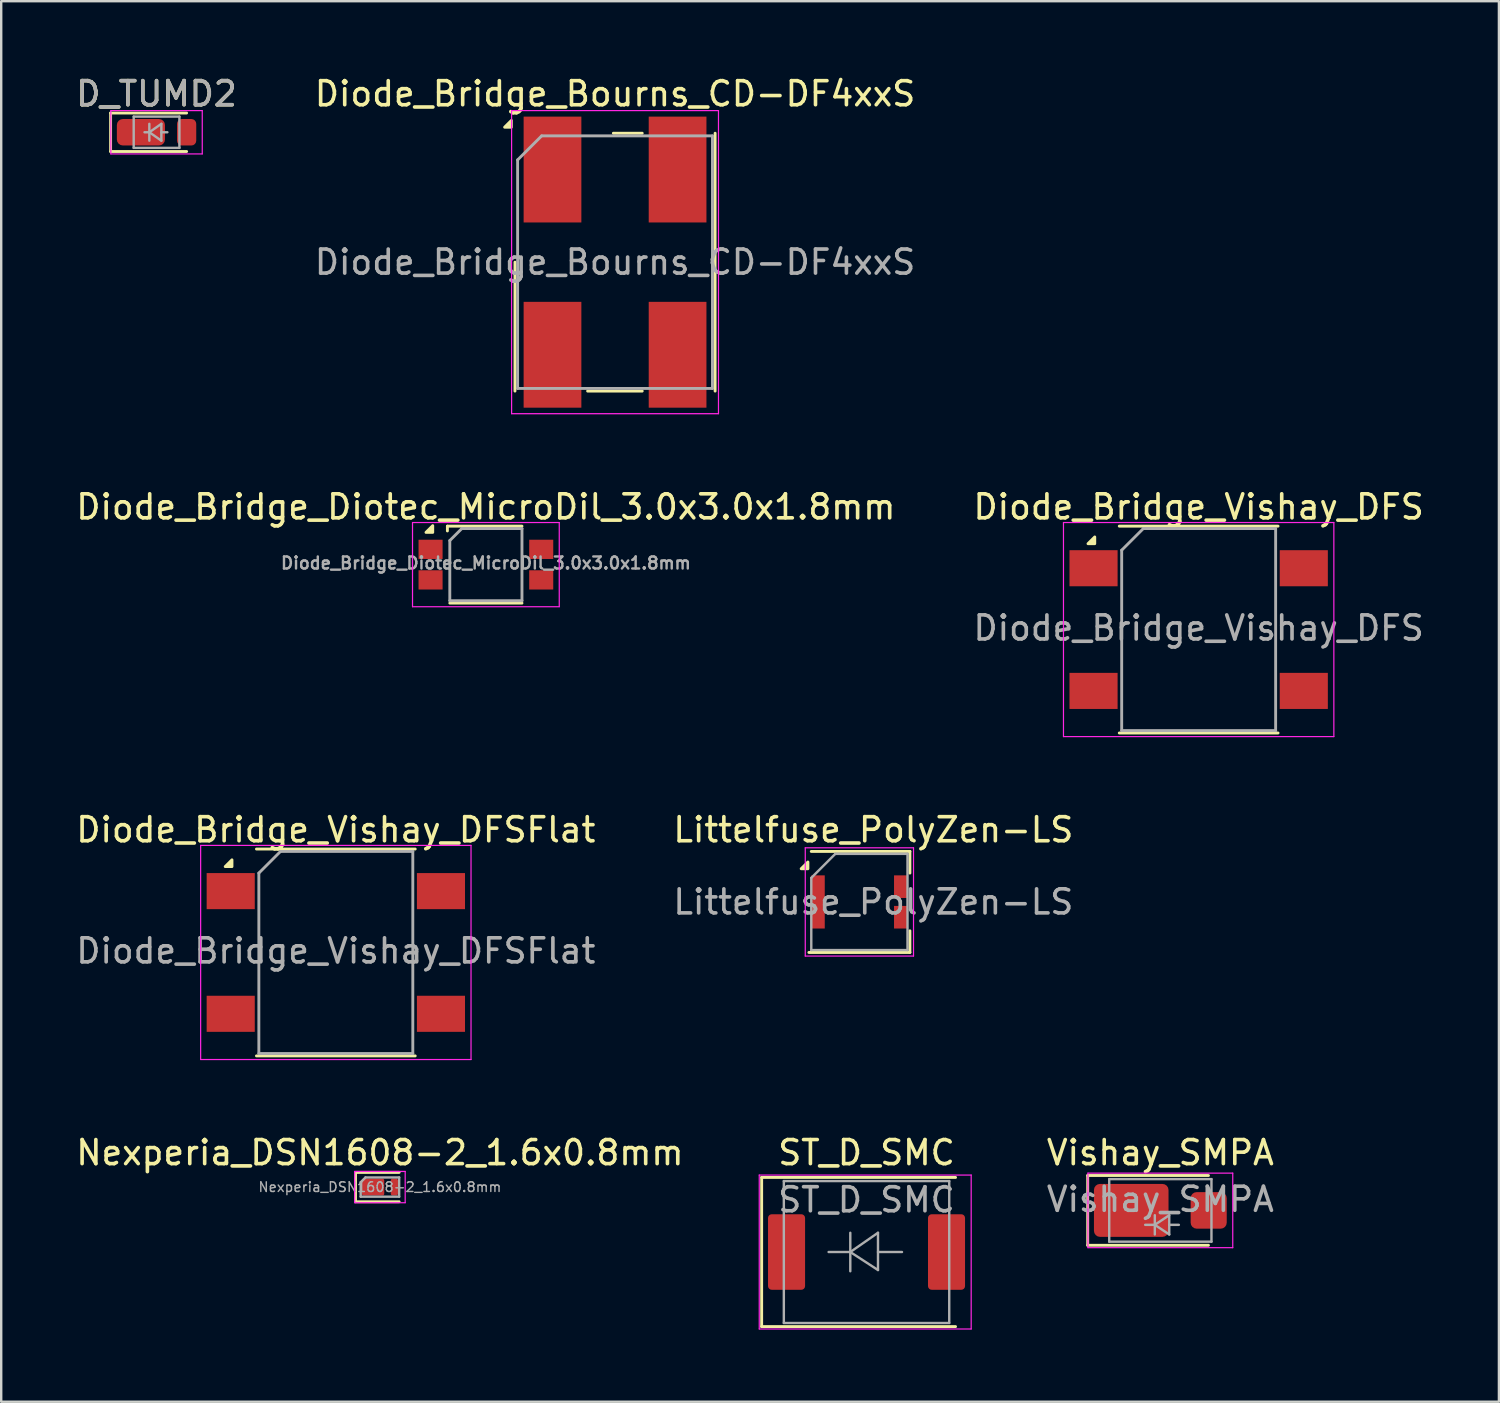
<source format=kicad_pcb>
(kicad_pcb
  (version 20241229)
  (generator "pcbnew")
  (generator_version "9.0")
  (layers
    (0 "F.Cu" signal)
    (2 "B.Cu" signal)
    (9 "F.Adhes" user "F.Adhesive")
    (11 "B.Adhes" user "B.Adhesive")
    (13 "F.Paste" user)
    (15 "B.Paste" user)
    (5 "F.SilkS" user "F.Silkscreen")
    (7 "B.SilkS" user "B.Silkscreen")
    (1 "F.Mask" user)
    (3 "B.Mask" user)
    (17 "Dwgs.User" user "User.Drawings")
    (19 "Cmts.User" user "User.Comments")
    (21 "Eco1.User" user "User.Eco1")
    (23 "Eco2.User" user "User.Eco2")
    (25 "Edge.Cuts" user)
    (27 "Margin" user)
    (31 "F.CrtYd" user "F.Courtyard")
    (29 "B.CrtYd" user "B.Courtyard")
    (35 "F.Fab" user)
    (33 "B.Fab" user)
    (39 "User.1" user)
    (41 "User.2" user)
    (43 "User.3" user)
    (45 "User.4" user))
  (footprint "Diode_Bridge_Bourns_CD-DF4xxS"
    (layer "F.Cu")
    (at 22.518 7.848)
    (property "Reference" "Diode_Bridge_Bourns_CD-DF4xxS" (at 0 -7 0) (layer "F.SilkS") (effects (font (size 1 1) (thickness 0.15))))
    (attr smd)
    (fp_line (start -4.16 0) (end -4.16 5.36) (stroke (width 0.12) (type solid)) (layer "F.SilkS"))
    (fp_line (start -1.14 5.36) (end 1.13 5.36) (stroke (width 0.12) (type solid)) (layer "F.SilkS"))
    (fp_line (start -0.07 -5.36) (end 1.13 -5.36) (stroke (width 0.12) (type solid)) (layer "F.SilkS"))
    (fp_line (start 4.16 -5.36) (end 4.16 5.36) (stroke (width 0.12) (type solid)) (layer "F.SilkS"))
    (fp_poly (pts (xy -4.31 -5.61) (xy -4.59 -5.61) (xy -4.31 -5.89) (xy -4.31 -5.61)) (stroke (width 0.12) (type solid)) (fill yes) (layer "F.SilkS"))
    (fp_line (start -4.3 -6.3) (end -4.3 6.3) (stroke (width 0.05) (type solid)) (layer "F.CrtYd"))
    (fp_line (start -4.3 -6.3) (end 4.3 -6.3) (stroke (width 0.05) (type solid)) (layer "F.CrtYd"))
    (fp_line (start 4.3 6.3) (end -4.3 6.3) (stroke (width 0.05) (type solid)) (layer "F.CrtYd"))
    (fp_line (start 4.3 6.3) (end 4.3 -6.3) (stroke (width 0.05) (type solid)) (layer "F.CrtYd"))
    (fp_line (start -4.05 -4.25) (end -3.05 -5.25) (stroke (width 0.12) (type solid)) (layer "F.Fab"))
    (fp_line (start -4.05 5.25) (end -4.05 -4.25) (stroke (width 0.12) (type solid)) (layer "F.Fab"))
    (fp_line (start -3.05 -5.25) (end 4.05 -5.25) (stroke (width 0.12) (type solid)) (layer "F.Fab"))
    (fp_line (start 4.05 -5.25) (end 4.05 5.25) (stroke (width 0.12) (type solid)) (layer "F.Fab"))
    (fp_line (start 4.05 5.25) (end -4.05 5.25) (stroke (width 0.12) (type solid)) (layer "F.Fab"))
    (fp_text user "${REFERENCE}" (at 0 0 0) (layer "F.Fab") (effects (font (size 1 1) (thickness 0.15))))
    (pad "1" smd rect (at -2.6 -3.85) (size 2.4 4.4) (layers "F.Cu" "F.Mask" "F.Paste"))
    (pad "2" smd rect (at -2.6 3.85) (size 2.4 4.4) (layers "F.Cu" "F.Mask" "F.Paste"))
    (pad "3" smd rect (at 2.6 3.85) (size 2.4 4.4) (layers "F.Cu" "F.Mask" "F.Paste"))
    (pad "4" smd rect (at 2.6 -3.85) (size 2.4 4.4) (layers "F.Cu" "F.Mask" "F.Paste")))
  (footprint "Diode_Bridge_Vishay_DFS"
    (layer "F.Cu")
    (at 46.78 23.122)
    (property "Reference" "Diode_Bridge_Vishay_DFS" (at 0 -5.1 0) (layer "F.SilkS") (effects (font (size 1 1) (thickness 0.15))))
    (attr smd)
    (fp_line (start -3.3 -4.3) (end 3.3 -4.3) (stroke (width 0.12) (type solid)) (layer "F.SilkS"))
    (fp_line (start -3.3 4.3) (end 3.3 4.3) (stroke (width 0.12) (type solid)) (layer "F.SilkS"))
    (fp_poly (pts (xy -4.32 -3.57) (xy -4.6 -3.57) (xy -4.32 -3.85) (xy -4.32 -3.57)) (stroke (width 0.12) (type solid)) (fill yes) (layer "F.SilkS"))
    (fp_line (start -5.62 -4.45) (end -5.62 4.45) (stroke (width 0.05) (type solid)) (layer "F.CrtYd"))
    (fp_line (start -5.62 -4.45) (end 5.62 -4.45) (stroke (width 0.05) (type solid)) (layer "F.CrtYd"))
    (fp_line (start 5.62 4.45) (end -5.62 4.45) (stroke (width 0.05) (type solid)) (layer "F.CrtYd"))
    (fp_line (start 5.62 4.45) (end 5.62 -4.45) (stroke (width 0.05) (type solid)) (layer "F.CrtYd"))
    (fp_line (start -3.2 -3.3) (end -2.3 -4.2) (stroke (width 0.12) (type solid)) (layer "F.Fab"))
    (fp_line (start -3.2 4.2) (end -3.2 -3.3) (stroke (width 0.12) (type solid)) (layer "F.Fab"))
    (fp_line (start -2.3 -4.2) (end 3.2 -4.2) (stroke (width 0.12) (type solid)) (layer "F.Fab"))
    (fp_line (start 3.2 -4.2) (end 3.2 4.2) (stroke (width 0.12) (type solid)) (layer "F.Fab"))
    (fp_line (start 3.2 4.2) (end -3.2 4.2) (stroke (width 0.12) (type solid)) (layer "F.Fab"))
    (fp_text user "${REFERENCE}" (at 0 -0.065 0) (layer "F.Fab") (effects (font (size 1 1) (thickness 0.15))))
    (pad "1" smd rect (at -4.37 -2.55) (size 2 1.5) (layers "F.Cu" "F.Mask" "F.Paste"))
    (pad "2" smd rect (at -4.37 2.55) (size 2 1.5) (layers "F.Cu" "F.Mask" "F.Paste"))
    (pad "3" smd rect (at 4.37 2.55) (size 2 1.5) (layers "F.Cu" "F.Mask" "F.Paste"))
    (pad "4" smd rect (at 4.37 -2.55) (size 2 1.5) (layers "F.Cu" "F.Mask" "F.Paste")))
  (footprint "Diode_Bridge_Vishay_DFSFlat"
    (layer "F.Cu")
    (at 10.911 36.545)
    (property "Reference" "Diode_Bridge_Vishay_DFSFlat" (at 0 -5.1 0) (layer "F.SilkS") (effects (font (size 1 1) (thickness 0.15))))
    (attr smd)
    (fp_line (start -3.3 -4.3) (end 3.3 -4.3) (stroke (width 0.12) (type solid)) (layer "F.SilkS"))
    (fp_line (start -3.3 4.3) (end 3.3 4.3) (stroke (width 0.12) (type solid)) (layer "F.SilkS"))
    (fp_poly (pts (xy -4.318 -3.57) (xy -4.598 -3.57) (xy -4.318 -3.85) (xy -4.318 -3.57)) (stroke (width 0.12) (type solid)) (fill yes) (layer "F.SilkS"))
    (fp_line (start -5.62 -4.45) (end -5.62 4.45) (stroke (width 0.05) (type solid)) (layer "F.CrtYd"))
    (fp_line (start -5.62 -4.45) (end 5.62 -4.45) (stroke (width 0.05) (type solid)) (layer "F.CrtYd"))
    (fp_line (start 5.62 4.45) (end -5.62 4.45) (stroke (width 0.05) (type solid)) (layer "F.CrtYd"))
    (fp_line (start 5.62 4.45) (end 5.62 -4.45) (stroke (width 0.05) (type solid)) (layer "F.CrtYd"))
    (fp_line (start -3.2 -3.3) (end -2.3 -4.2) (stroke (width 0.12) (type solid)) (layer "F.Fab"))
    (fp_line (start -3.2 4.2) (end -3.2 -3.3) (stroke (width 0.12) (type solid)) (layer "F.Fab"))
    (fp_line (start -2.3 -4.2) (end 3.2 -4.2) (stroke (width 0.12) (type solid)) (layer "F.Fab"))
    (fp_line (start 3.2 -4.2) (end 3.2 4.2) (stroke (width 0.12) (type solid)) (layer "F.Fab"))
    (fp_line (start 3.2 4.2) (end -3.2 4.2) (stroke (width 0.12) (type solid)) (layer "F.Fab"))
    (fp_text user "${REFERENCE}" (at 0 -0.065 0) (layer "F.Fab") (effects (font (size 1 1) (thickness 0.15))))
    (pad "1" smd rect (at -4.37 -2.55) (size 2 1.5) (layers "F.Cu" "F.Mask" "F.Paste"))
    (pad "2" smd rect (at -4.37 2.55) (size 2 1.5) (layers "F.Cu" "F.Mask" "F.Paste"))
    (pad "3" smd rect (at 4.37 2.55) (size 2 1.5) (layers "F.Cu" "F.Mask" "F.Paste"))
    (pad "4" smd rect (at 4.37 -2.55) (size 2 1.5) (layers "F.Cu" "F.Mask" "F.Paste")))
  (footprint "ST_D_SMC"
    (layer "F.Cu")
    (at 32.973 48.998)
    (property "Reference" "ST_D_SMC" (at 0 -4.13 0) (layer "F.SilkS") (effects (font (size 1 1) (thickness 0.15))))
    (attr smd)
    (fp_line (start -4.36 -3.1) (end 3.7 -3.1) (stroke (width 0.12) (type solid)) (layer "F.SilkS"))
    (fp_line (start -4.36 3.1) (end -4.36 -3.1) (stroke (width 0.12) (type solid)) (layer "F.SilkS"))
    (fp_line (start -4.36 3.1) (end 3.7 3.1) (stroke (width 0.12) (type solid)) (layer "F.SilkS"))
    (fp_line (start -4.46 -3.2) (end 4.35 -3.2) (stroke (width 0.05) (type solid)) (layer "F.CrtYd"))
    (fp_line (start -4.46 3.2) (end -4.46 -3.2) (stroke (width 0.05) (type solid)) (layer "F.CrtYd"))
    (fp_line (start 4.35 -3.2) (end 4.35 3.2) (stroke (width 0.05) (type solid)) (layer "F.CrtYd"))
    (fp_line (start 4.35 3.2) (end -4.46 3.2) (stroke (width 0.05) (type solid)) (layer "F.CrtYd"))
    (fp_line (start -3.438 2.95) (end -3.438 -2.95) (stroke (width 0.1) (type solid)) (layer "F.Fab"))
    (fp_line (start -0.675 -0.8) (end -0.675 0.8) (stroke (width 0.1) (type solid)) (layer "F.Fab"))
    (fp_line (start -0.675 0) (end -1.577 0) (stroke (width 0.1) (type solid)) (layer "F.Fab"))
    (fp_line (start -0.675 0) (end 0.476 -0.8) (stroke (width 0.1) (type solid)) (layer "F.Fab"))
    (fp_line (start -0.675 0) (end 0.476 0.749) (stroke (width 0.1) (type solid)) (layer "F.Fab"))
    (fp_line (start 0.476 0) (end 1.474 0) (stroke (width 0.1) (type solid)) (layer "F.Fab"))
    (fp_line (start 0.476 0.749) (end 0.476 -0.8) (stroke (width 0.1) (type solid)) (layer "F.Fab"))
    (fp_line (start 3.438 -2.95) (end -3.438 -2.95) (stroke (width 0.1) (type solid)) (layer "F.Fab"))
    (fp_line (start 3.438 -2.95) (end 3.438 2.95) (stroke (width 0.1) (type solid)) (layer "F.Fab"))
    (fp_line (start 3.438 2.95) (end -3.438 2.95) (stroke (width 0.1) (type solid)) (layer "F.Fab"))
    (fp_text user "${REFERENCE}" (at 0 -2.17 0) (layer "F.Fab") (effects (font (size 1 1) (thickness 0.15))))
    (pad "1" smd roundrect (at -3.325 0 90) (size 3.14 1.54) (layers "F.Cu" "F.Mask" "F.Paste") (roundrect_rratio 0.1))
    (pad "2" smd roundrect (at 3.325 0 90) (size 3.14 1.54) (layers "F.Cu" "F.Mask" "F.Paste") (roundrect_rratio 0.1)))
  (footprint "Diode_Bridge_Diotec_MicroDil_3.0x3.0x1.8mm"
    (layer "F.Cu")
    (at 17.149 20.422)
    (property "Reference" "Diode_Bridge_Diotec_MicroDil_3.0x3.0x1.8mm" (at 0 -2.4 0) (layer "F.SilkS") (effects (font (size 1 1) (thickness 0.15))))
    (attr smd)
    (fp_line (start -1.6 -1.6) (end -1.6 -1.4) (stroke (width 0.12) (type solid)) (layer "F.SilkS"))
    (fp_line (start -1.5 1.6) (end 1.5 1.6) (stroke (width 0.12) (type solid)) (layer "F.SilkS"))
    (fp_line (start 1.5 -1.6) (end -1.6 -1.6) (stroke (width 0.12) (type solid)) (layer "F.SilkS"))
    (fp_poly (pts (xy -2.21 -1.34) (xy -2.49 -1.34) (xy -2.21 -1.62) (xy -2.21 -1.34)) (stroke (width 0.12) (type solid)) (fill yes) (layer "F.SilkS"))
    (fp_line (start -3.05 -1.75) (end -3.05 1.75) (stroke (width 0.05) (type solid)) (layer "F.CrtYd"))
    (fp_line (start -3.05 -1.75) (end 3.05 -1.75) (stroke (width 0.05) (type solid)) (layer "F.CrtYd"))
    (fp_line (start 3.05 1.75) (end -3.05 1.75) (stroke (width 0.05) (type solid)) (layer "F.CrtYd"))
    (fp_line (start 3.05 1.75) (end 3.05 -1.75) (stroke (width 0.05) (type solid)) (layer "F.CrtYd"))
    (fp_line (start -1.5 -1) (end -1.5 1.5) (stroke (width 0.12) (type solid)) (layer "F.Fab"))
    (fp_line (start -1.5 1.5) (end 1.5 1.5) (stroke (width 0.12) (type solid)) (layer "F.Fab"))
    (fp_line (start -1 -1.5) (end -1.5 -1) (stroke (width 0.12) (type solid)) (layer "F.Fab"))
    (fp_line (start 1.5 -1.5) (end -1 -1.5) (stroke (width 0.12) (type solid)) (layer "F.Fab"))
    (fp_line (start 1.5 1.5) (end 1.5 -1.5) (stroke (width 0.12) (type solid)) (layer "F.Fab"))
    (fp_text user "${REFERENCE}" (at 0 -0.065 0) (layer "F.Fab") (effects (font (size 0.5 0.5) (thickness 0.1))))
    (pad "1" smd rect (at -2.3 -0.635) (size 1 0.8) (layers "F.Cu" "F.Mask" "F.Paste"))
    (pad "2" smd rect (at -2.3 0.635) (size 1 0.8) (layers "F.Cu" "F.Mask" "F.Paste"))
    (pad "3" smd rect (at 2.3 0.635) (size 1 0.8) (layers "F.Cu" "F.Mask" "F.Paste"))
    (pad "4" smd rect (at 2.3 -0.635) (size 1 0.8) (layers "F.Cu" "F.Mask" "F.Paste")))
  (footprint "Vishay_SMPA"
    (layer "F.Cu")
    (at 45.187 47.268)
    (property "Reference" "Vishay_SMPA" (at 0 -2.4 0) (layer "F.SilkS") (effects (font (size 1 1) (thickness 0.15))))
    (attr smd)
    (fp_line (start -3.02 -1.45) (end -3.02 1.45) (stroke (width 0.12) (type solid)) (layer "F.SilkS"))
    (fp_line (start -3.02 -1.45) (end 2 -1.45) (stroke (width 0.12) (type solid)) (layer "F.SilkS"))
    (fp_line (start -3.02 1.45) (end 2 1.45) (stroke (width 0.12) (type solid)) (layer "F.SilkS"))
    (fp_line (start -3.01 -1.55) (end 3.01 -1.55) (stroke (width 0.05) (type solid)) (layer "F.CrtYd"))
    (fp_line (start -3.01 1.55) (end -3.01 -1.55) (stroke (width 0.05) (type solid)) (layer "F.CrtYd"))
    (fp_line (start 3.01 -1.55) (end 3.01 1.55) (stroke (width 0.05) (type solid)) (layer "F.CrtYd"))
    (fp_line (start 3.01 1.55) (end -3.01 1.55) (stroke (width 0.05) (type solid)) (layer "F.CrtYd"))
    (fp_line (start -2.125 1.3) (end -2.125 -1.3) (stroke (width 0.1) (type solid)) (layer "F.Fab"))
    (fp_line (start -0.23 0.2) (end -0.23 1) (stroke (width 0.1) (type solid)) (layer "F.Fab"))
    (fp_line (start -0.23 0.6) (end -0.63 0.6) (stroke (width 0.1) (type solid)) (layer "F.Fab"))
    (fp_line (start -0.23 0.6) (end 0.37 0.2) (stroke (width 0.1) (type solid)) (layer "F.Fab"))
    (fp_line (start -0.23 0.6) (end 0.37 1) (stroke (width 0.1) (type solid)) (layer "F.Fab"))
    (fp_line (start 0.37 0.6) (end 0.77 0.6) (stroke (width 0.1) (type solid)) (layer "F.Fab"))
    (fp_line (start 0.37 1) (end 0.37 0.2) (stroke (width 0.1) (type solid)) (layer "F.Fab"))
    (fp_line (start 2.125 -1.3) (end -2.125 -1.3) (stroke (width 0.1) (type solid)) (layer "F.Fab"))
    (fp_line (start 2.125 -1.3) (end 2.125 1.3) (stroke (width 0.1) (type solid)) (layer "F.Fab"))
    (fp_line (start 2.125 1.3) (end -2.125 1.3) (stroke (width 0.1) (type solid)) (layer "F.Fab"))
    (fp_text user "${REFERENCE}" (at 0 -0.46 0) (layer "F.Fab") (effects (font (size 1 1) (thickness 0.15))))
    (pad "1" smd roundrect (at -1.21 0) (size 3.1 2.2) (layers "F.Cu" "F.Mask" "F.Paste") (roundrect_rratio 0.114))
    (pad "2" smd roundrect (at 2.01 0) (size 1.5 1.52) (layers "F.Cu" "F.Mask" "F.Paste") (roundrect_rratio 0.167)))
  (footprint "Nexperia_DSN1608-2_1.6x0.8mm"
    (layer "F.Cu")
    (at 12.744 46.298)
    (property "Reference" "Nexperia_DSN1608-2_1.6x0.8mm" (at 0 -1.43 0) (layer "F.SilkS") (effects (font (size 1 1) (thickness 0.15))))
    (attr smd)
    (fp_line (start -1.015 -0.61) (end -1.015 0.61) (stroke (width 0.12) (type solid)) (layer "F.SilkS"))
    (fp_line (start -1.015 0.61) (end 0.8 0.61) (stroke (width 0.12) (type solid)) (layer "F.SilkS"))
    (fp_line (start 0.8 -0.61) (end -1.015 -0.61) (stroke (width 0.12) (type solid)) (layer "F.SilkS"))
    (fp_line (start -1.05 -0.65) (end 1.05 -0.65) (stroke (width 0.05) (type solid)) (layer "F.CrtYd"))
    (fp_line (start -1.05 0.65) (end -1.05 -0.65) (stroke (width 0.05) (type solid)) (layer "F.CrtYd"))
    (fp_line (start 1.05 0.65) (end -1.05 0.65) (stroke (width 0.05) (type solid)) (layer "F.CrtYd"))
    (fp_line (start 1.05 0.65) (end 1.05 -0.65) (stroke (width 0.05) (type solid)) (layer "F.CrtYd"))
    (fp_line (start -0.8 -0.2) (end -0.8 0.4) (stroke (width 0.1) (type solid)) (layer "F.Fab"))
    (fp_line (start -0.8 0.4) (end 0.8 0.4) (stroke (width 0.1) (type solid)) (layer "F.Fab"))
    (fp_line (start -0.6 -0.4) (end -0.8 -0.2) (stroke (width 0.1) (type solid)) (layer "F.Fab"))
    (fp_line (start 0.8 -0.4) (end -0.6 -0.4) (stroke (width 0.1) (type solid)) (layer "F.Fab"))
    (fp_line (start 0.8 0.4) (end 0.8 -0.4) (stroke (width 0.1) (type solid)) (layer "F.Fab"))
    (fp_text user "${REFERENCE}" (at 0 0 0) (layer "F.Fab") (effects (font (size 0.4 0.4) (thickness 0.06))))
    (pad "1" smd roundrect (at -0.285 0) (size 0.93 0.7) (layers "F.Cu" "F.Mask" "F.Paste") (roundrect_rratio 0.107))
    (pad "2" smd roundrect (at 0.6 0) (size 0.3 0.7) (layers "F.Cu" "F.Mask" "F.Paste") (roundrect_rratio 0.25)))
  (footprint "D_TUMD2"
    (layer "F.Cu")
    (at 3.458 2.448)
    (property "Reference" "D_TUMD2" (at 0 -1.6 0) (layer "F.SilkS") (effects (font (size 1 1) (thickness 0.15))))
    (attr smd)
    (fp_line (start -1.91 -0.8) (end 1.25 -0.8) (stroke (width 0.12) (type solid)) (layer "F.SilkS"))
    (fp_line (start -1.91 0.8) (end -1.91 -0.8) (stroke (width 0.12) (type solid)) (layer "F.SilkS"))
    (fp_line (start 1.25 0.8) (end -1.91 0.8) (stroke (width 0.12) (type solid)) (layer "F.SilkS"))
    (fp_line (start -1.9 -0.9) (end 1.9 -0.9) (stroke (width 0.05) (type solid)) (layer "F.CrtYd"))
    (fp_line (start -1.9 0.9) (end -1.9 -0.9) (stroke (width 0.05) (type solid)) (layer "F.CrtYd"))
    (fp_line (start 1.9 -0.9) (end 1.9 0.9) (stroke (width 0.05) (type solid)) (layer "F.CrtYd"))
    (fp_line (start 1.9 0.9) (end -1.9 0.9) (stroke (width 0.05) (type solid)) (layer "F.CrtYd"))
    (fp_line (start -0.95 -0.65) (end 0.95 -0.65) (stroke (width 0.1) (type solid)) (layer "F.Fab"))
    (fp_line (start -0.95 0.65) (end -0.95 -0.65) (stroke (width 0.1) (type solid)) (layer "F.Fab"))
    (fp_line (start -0.3 -0.35) (end -0.3 0.35) (stroke (width 0.1) (type solid)) (layer "F.Fab"))
    (fp_line (start -0.3 0) (end -0.5 0) (stroke (width 0.1) (type solid)) (layer "F.Fab"))
    (fp_line (start -0.3 0) (end 0.2 -0.35) (stroke (width 0.1) (type solid)) (layer "F.Fab"))
    (fp_line (start 0.2 -0.35) (end 0.2 0.35) (stroke (width 0.1) (type solid)) (layer "F.Fab"))
    (fp_line (start 0.2 0) (end 0.45 0) (stroke (width 0.1) (type solid)) (layer "F.Fab"))
    (fp_line (start 0.2 0.35) (end -0.3 0) (stroke (width 0.1) (type solid)) (layer "F.Fab"))
    (fp_line (start 0.95 -0.65) (end 0.95 0.65) (stroke (width 0.1) (type solid)) (layer "F.Fab"))
    (fp_line (start 0.95 0.65) (end -0.95 0.65) (stroke (width 0.1) (type solid)) (layer "F.Fab"))
    (fp_text user "${REFERENCE}" (at 0 -1.6 0) (layer "F.Fab") (effects (font (size 1 1) (thickness 0.15))))
    (pad "1" smd roundrect (at -0.65 0 180) (size 2 1.1) (layers "F.Cu" "F.Mask" "F.Paste") (roundrect_rratio 0.227))
    (pad "2" smd roundrect (at 1.25 0 180) (size 0.8 1.1) (layers "F.Cu" "F.Mask" "F.Paste") (roundrect_rratio 0.25)))
  (footprint "Littelfuse_PolyZen-LS"
    (layer "F.Cu")
    (at 32.676 34.445)
    (property "Reference" "Littelfuse_PolyZen-LS" (at 0.58 -3 0) (layer "F.SilkS") (effects (font (size 1 1) (thickness 0.15))))
    (attr smd)
    (fp_line (start 2.1 -2.1) (end -2 -2.1) (stroke (width 0.12) (type solid)) (layer "F.SilkS"))
    (fp_line (start 2.1 -2.1) (end 2.1 -1.2) (stroke (width 0.12) (type solid)) (layer "F.SilkS"))
    (fp_line (start 2.1 2.1) (end -2.1 2.1) (stroke (width 0.12) (type solid)) (layer "F.SilkS"))
    (fp_line (start 2.1 2.1) (end 2.1 1.2) (stroke (width 0.12) (type solid)) (layer "F.SilkS"))
    (fp_poly (pts (xy -2.14 -1.38) (xy -2.42 -1.38) (xy -2.14 -1.66) (xy -2.14 -1.38)) (stroke (width 0.12) (type solid)) (fill yes) (layer "F.SilkS"))
    (fp_line (start -2.25 -2.25) (end 2.25 -2.25) (stroke (width 0.05) (type solid)) (layer "F.CrtYd"))
    (fp_line (start -2.25 2.25) (end -2.25 -2.25) (stroke (width 0.05) (type solid)) (layer "F.CrtYd"))
    (fp_line (start 2.25 -2.25) (end 2.25 2.25) (stroke (width 0.05) (type solid)) (layer "F.CrtYd"))
    (fp_line (start 2.25 2.25) (end -2.25 2.25) (stroke (width 0.05) (type solid)) (layer "F.CrtYd"))
    (fp_line (start -2 2) (end -2 -1) (stroke (width 0.1) (type solid)) (layer "F.Fab"))
    (fp_line (start -1 -2) (end -2 -1) (stroke (width 0.1) (type solid)) (layer "F.Fab"))
    (fp_line (start 2 -2) (end -1 -2) (stroke (width 0.1) (type solid)) (layer "F.Fab"))
    (fp_line (start 2 -2) (end 2 2) (stroke (width 0.1) (type solid)) (layer "F.Fab"))
    (fp_line (start 2 2) (end -2 2) (stroke (width 0.1) (type solid)) (layer "F.Fab"))
    (fp_text user "${REFERENCE}" (at 0.58 0 0) (layer "F.Fab") (effects (font (size 1 1) (thickness 0.15))))
    (pad "1" smd rect (at -1.72 0) (size 0.56 2.21) (layers "F.Cu" "F.Mask" "F.Paste"))
    (pad "2" smd rect (at 1.72 -0.635) (size 0.56 0.94) (layers "F.Cu" "F.Mask" "F.Paste"))
    (pad "3" smd rect (at 1.72 0.635) (size 0.56 0.94) (layers "F.Cu" "F.Mask" "F.Paste")))
  (gr_rect
    (start -3 -3)
    (end 59.262 55.223)
    (stroke (width 0.1) (type default))
    (fill no)
    (layer "Edge.Cuts")))
</source>
